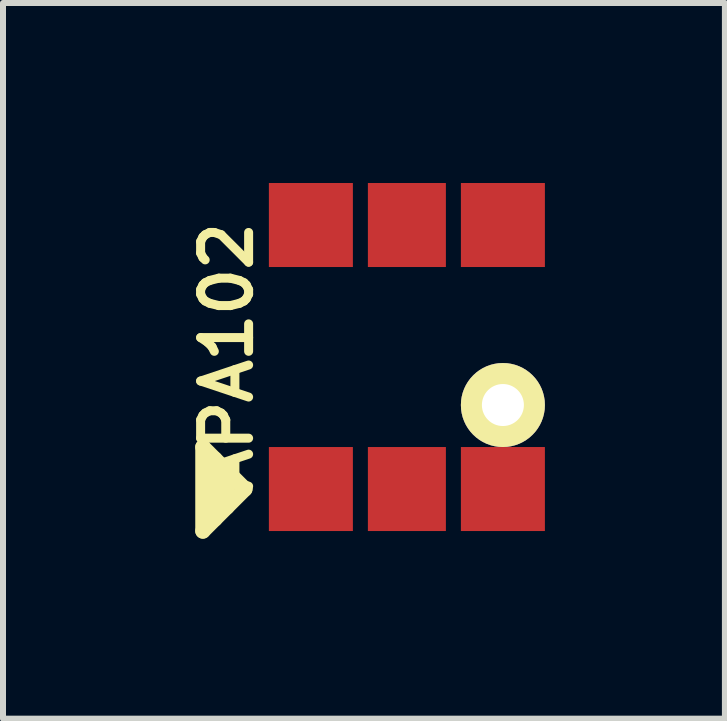
<source format=kicad_pcb>
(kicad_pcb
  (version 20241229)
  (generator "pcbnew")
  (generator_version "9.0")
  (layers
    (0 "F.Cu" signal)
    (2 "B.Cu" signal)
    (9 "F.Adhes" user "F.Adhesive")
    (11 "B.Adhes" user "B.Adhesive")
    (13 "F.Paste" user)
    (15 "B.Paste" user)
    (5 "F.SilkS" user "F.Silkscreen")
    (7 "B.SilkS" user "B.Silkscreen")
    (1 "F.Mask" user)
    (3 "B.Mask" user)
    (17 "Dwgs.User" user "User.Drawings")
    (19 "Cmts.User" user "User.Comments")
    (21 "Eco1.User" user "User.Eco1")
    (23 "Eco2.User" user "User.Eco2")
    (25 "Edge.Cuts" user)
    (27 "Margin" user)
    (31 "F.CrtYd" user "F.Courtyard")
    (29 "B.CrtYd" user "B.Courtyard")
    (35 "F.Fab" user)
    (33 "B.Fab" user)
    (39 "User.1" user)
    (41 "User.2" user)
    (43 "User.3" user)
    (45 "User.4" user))
  (footprint "APA102"
    (layer "F.Cu")
    (at 3.731 2.9)
    (property "Reference" "APA102" (at -3 0 90) (layer "F.SilkS") (effects (font (size 0.8 0.8) (thickness 0.15))))
    (attr through_hole)
    (fp_line (start -3.4 1.5) (end -3.4 2.9) (stroke (width 0.254) (type solid)) (layer "F.SilkS"))
    (fp_line (start -3.4 2.9) (end -2.7 2.2) (stroke (width 0.254) (type solid)) (layer "F.SilkS"))
    (fp_line (start -3.2 1.7) (end -3.2 2.7) (stroke (width 0.254) (type solid)) (layer "F.SilkS"))
    (fp_line (start -3 1.9) (end -3 2.5) (stroke (width 0.254) (type solid)) (layer "F.SilkS"))
    (fp_line (start -2.7 2.2) (end -3.4 1.5) (stroke (width 0.254) (type solid)) (layer "F.SilkS"))
    (pad "1" smd rect (at -1.6 2.2 90) (size 1.4 1.4) (layers "F.Cu" "F.Mask" "F.Paste"))
    (pad "2" smd rect (at 0 2.2 90) (size 1.4 1.3) (layers "F.Cu" "F.Mask" "F.Paste"))
    (pad "3" thru_hole circle (at 1.6 0.8) (size 1.4 1.4) (drill 0.7) (layers "*.Cu" "*.Mask" "F.SilkS"))
    (pad "3" smd rect (at 1.6 2.2 90) (size 1.4 1.4) (layers "F.Cu" "F.Mask" "F.Paste"))
    (pad "4" smd rect (at 1.6 -2.2 90) (size 1.4 1.4) (layers "F.Cu" "F.Mask" "F.Paste"))
    (pad "5" smd rect (at 0 -2.2 90) (size 1.4 1.3) (layers "F.Cu" "F.Mask" "F.Paste"))
    (pad "6" smd rect (at -1.6 -2.2 90) (size 1.4 1.4) (layers "F.Cu" "F.Mask" "F.Paste")))
  (gr_rect
    (start -3 -3)
    (end 9.031 8.927)
    (stroke (width 0.1) (type default))
    (fill no)
    (layer "Edge.Cuts")))
</source>
